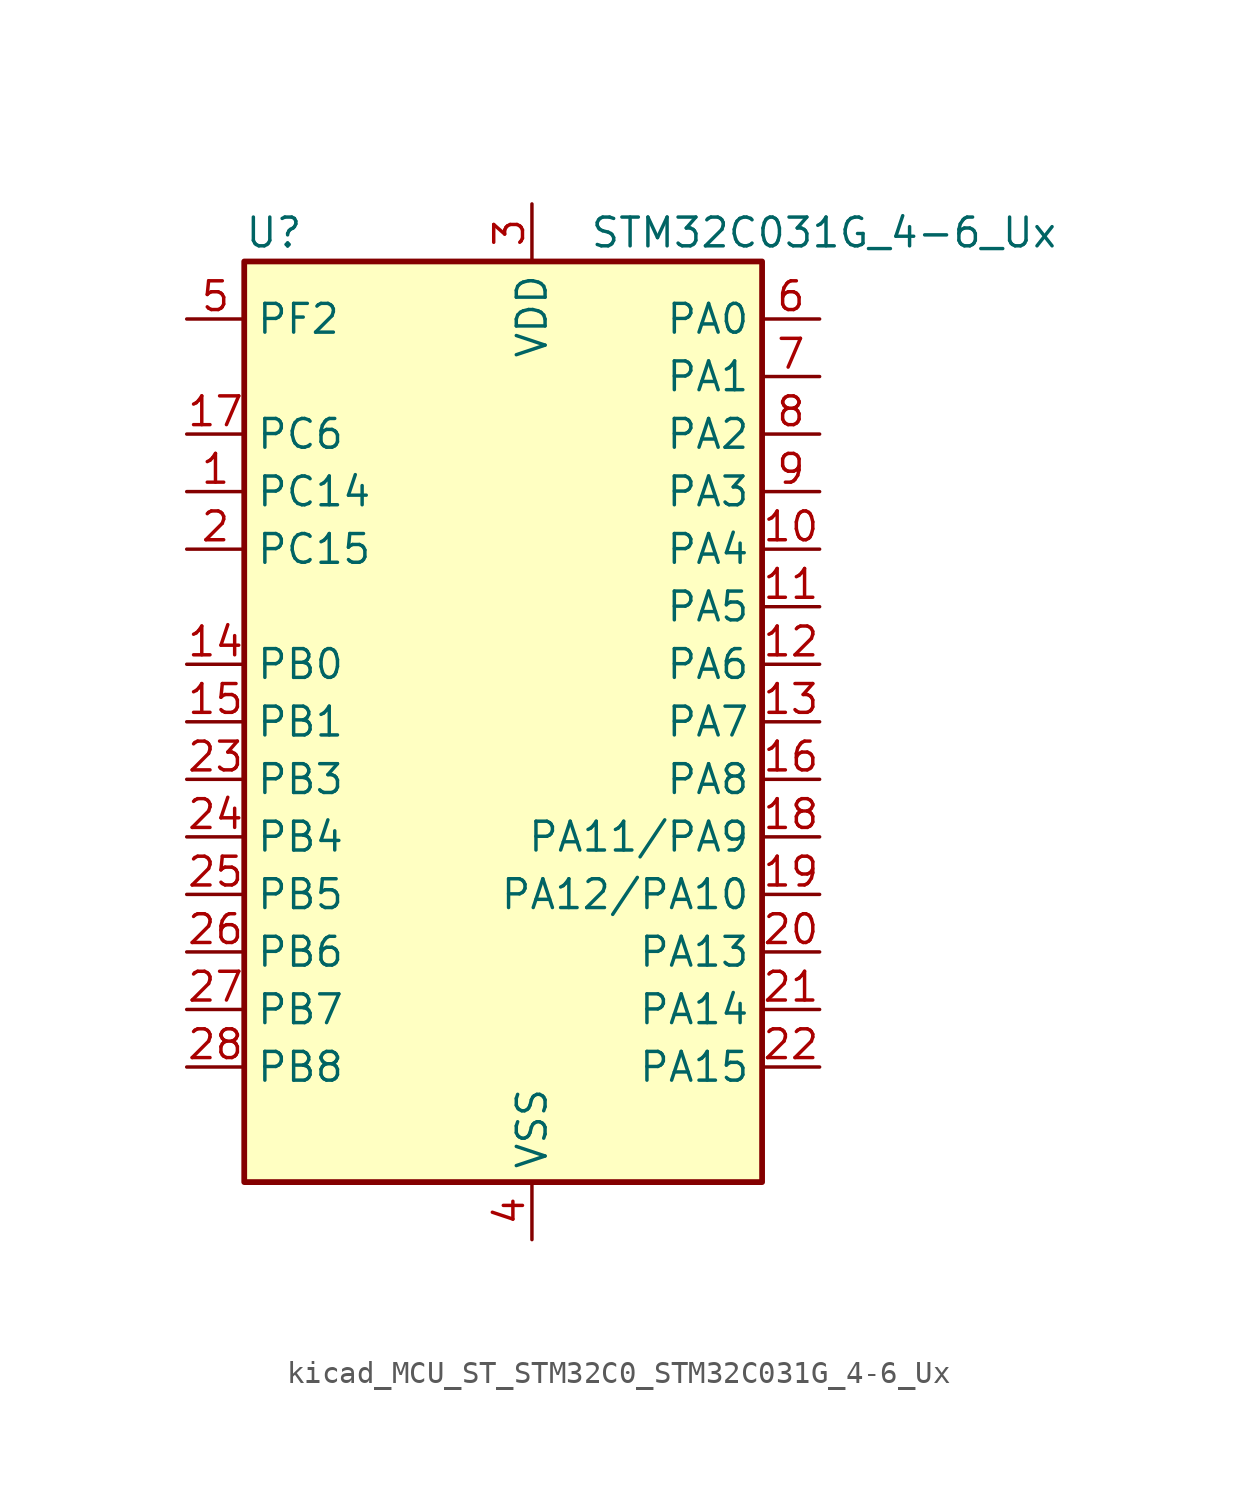
<source format=kicad_sym>
(kicad_symbol_lib
  (version 20220914)
  (generator kicad_symbol_editor)
  (symbol "kicad_MCU_ST_STM32C0_STM32C031G_4-6_Ux"
    (property "Reference" "U"
      (at -10.16 21.59 0)
      (effects (font (size 1.27 1.27)) (justify left)))
    (property "Value" "STM32C031G_4-6_Ux"
      (at 5.08 21.59 0)
      (effects (font (size 1.27 1.27)) (justify left)))
    (property "ki_locked" ""
      (at 0 0 0)
      (effects (font (size 1.27 1.27))))
    (symbol "kicad_MCU_ST_STM32C0_STM32C031G_4-6_Ux_0_1"
      (rectangle (start -10.16 -20.32) (end 12.7 20.32) (stroke (width 0.254) (type default)) (fill (type background))))
    (symbol "kicad_MCU_ST_STM32C0_STM32C031G_4-6_Ux_1_1"
      (pin bidirectional line (at -12.7 10.16 0) (length 2.54) (name "PC14" (effects (font (size 1.27 1.27)))) (number "1" (effects (font (size 1.27 1.27)))) (alternate "I2C1_SDA" bidirectional line) (alternate "IR_OUT" bidirectional line) (alternate "RCC_OSCX_IN" bidirectional line) (alternate "TIM17_CH1" bidirectional line) (alternate "TIM1_BKIN2" bidirectional line) (alternate "TIM1_ETR" bidirectional line) (alternate "TIM3_CH2" bidirectional line) (alternate "USART1_TX" bidirectional line) (alternate "USART2_CK" bidirectional line) (alternate "USART2_DE" bidirectional line) (alternate "USART2_RTS" bidirectional line))
      (pin bidirectional line (at 15.24 7.62 180) (length 2.54) (name "PA4" (effects (font (size 1.27 1.27)))) (number "10" (effects (font (size 1.27 1.27)))) (alternate "ADC1_IN4" bidirectional line) (alternate "I2S1_WS" bidirectional line) (alternate "PWR_WKUP2" bidirectional line) (alternate "RTC_OUT1" bidirectional line) (alternate "RTC_TS" bidirectional line) (alternate "SPI1_NSS" bidirectional line) (alternate "TIM14_CH1" bidirectional line) (alternate "TIM17_CH1N" bidirectional line) (alternate "TIM1_CH2N" bidirectional line) (alternate "USART2_TX" bidirectional line))
      (pin bidirectional line (at 15.24 5.08 180) (length 2.54) (name "PA5" (effects (font (size 1.27 1.27)))) (number "11" (effects (font (size 1.27 1.27)))) (alternate "ADC1_IN5" bidirectional line) (alternate "I2S1_CK" bidirectional line) (alternate "SPI1_SCK" bidirectional line) (alternate "TIM1_CH1" bidirectional line) (alternate "TIM1_CH3N" bidirectional line) (alternate "USART2_RX" bidirectional line))
      (pin bidirectional line (at 15.24 2.54 180) (length 2.54) (name "PA6" (effects (font (size 1.27 1.27)))) (number "12" (effects (font (size 1.27 1.27)))) (alternate "ADC1_IN6" bidirectional line) (alternate "I2S1_MCK" bidirectional line) (alternate "SPI1_MISO" bidirectional line) (alternate "TIM16_CH1" bidirectional line) (alternate "TIM1_BKIN" bidirectional line) (alternate "TIM3_CH1" bidirectional line))
      (pin bidirectional line (at 15.24 0 180) (length 2.54) (name "PA7" (effects (font (size 1.27 1.27)))) (number "13" (effects (font (size 1.27 1.27)))) (alternate "ADC1_IN7" bidirectional line) (alternate "I2S1_SD" bidirectional line) (alternate "SPI1_MOSI" bidirectional line) (alternate "TIM14_CH1" bidirectional line) (alternate "TIM17_CH1" bidirectional line) (alternate "TIM1_CH1N" bidirectional line) (alternate "TIM3_CH2" bidirectional line))
      (pin bidirectional line (at -12.7 2.54 0) (length 2.54) (name "PB0" (effects (font (size 1.27 1.27)))) (number "14" (effects (font (size 1.27 1.27)))) (alternate "ADC1_IN17" bidirectional line) (alternate "I2S1_WS" bidirectional line) (alternate "SPI1_NSS" bidirectional line) (alternate "TIM1_CH2N" bidirectional line) (alternate "TIM3_CH3" bidirectional line))
      (pin bidirectional line (at -12.7 0 0) (length 2.54) (name "PB1" (effects (font (size 1.27 1.27)))) (number "15" (effects (font (size 1.27 1.27)))) (alternate "ADC1_IN18" bidirectional line) (alternate "TIM14_CH1" bidirectional line) (alternate "TIM1_CH2N" bidirectional line) (alternate "TIM1_CH3N" bidirectional line) (alternate "TIM3_CH4" bidirectional line))
      (pin bidirectional line (at 15.24 -2.54 180) (length 2.54) (name "PA8" (effects (font (size 1.27 1.27)))) (number "16" (effects (font (size 1.27 1.27)))) (alternate "ADC1_IN8" bidirectional line) (alternate "I2S1_WS" bidirectional line) (alternate "RCC_MCO" bidirectional line) (alternate "RCC_MCO_2" bidirectional line) (alternate "SPI1_NSS" bidirectional line) (alternate "TIM14_CH1" bidirectional line) (alternate "TIM1_CH1" bidirectional line) (alternate "TIM1_CH2N" bidirectional line) (alternate "TIM1_CH3N" bidirectional line) (alternate "TIM3_CH3" bidirectional line) (alternate "TIM3_CH4" bidirectional line) (alternate "USART1_RX" bidirectional line) (alternate "USART2_TX" bidirectional line))
      (pin bidirectional line (at -12.7 12.7 0) (length 2.54) (name "PC6" (effects (font (size 1.27 1.27)))) (number "17" (effects (font (size 1.27 1.27)))) (alternate "TIM3_CH1" bidirectional line))
      (pin bidirectional line (at 15.24 -5.08 180) (length 2.54) (name "PA11/PA9" (effects (font (size 1.27 1.27)))) (number "18" (effects (font (size 1.27 1.27)))) (alternate "ADC1_EXTI11" bidirectional line) (alternate "ADC1_IN11" bidirectional line) (alternate "I2S1_MCK" bidirectional line) (alternate "SPI1_MISO" bidirectional line) (alternate "TIM1_BKIN2" bidirectional line) (alternate "TIM1_CH4" bidirectional line) (alternate "USART1_CTS" bidirectional line) (alternate "USART1_NSS" bidirectional line))
      (pin bidirectional line (at 15.24 -7.62 180) (length 2.54) (name "PA12/PA10" (effects (font (size 1.27 1.27)))) (number "19" (effects (font (size 1.27 1.27)))) (alternate "ADC1_IN12" bidirectional line) (alternate "I2S1_SD" bidirectional line) (alternate "I2S_CKIN" bidirectional line) (alternate "SPI1_MOSI" bidirectional line) (alternate "TIM1_ETR" bidirectional line) (alternate "USART1_CK" bidirectional line) (alternate "USART1_DE" bidirectional line) (alternate "USART1_RTS" bidirectional line))
      (pin bidirectional line (at -12.7 7.62 0) (length 2.54) (name "PC15" (effects (font (size 1.27 1.27)))) (number "2" (effects (font (size 1.27 1.27)))) (alternate "RCC_OSC32_EN" bidirectional line) (alternate "RCC_OSCX_OUT" bidirectional line) (alternate "RCC_OSC_EN" bidirectional line) (alternate "TIM1_ETR" bidirectional line) (alternate "TIM3_CH3" bidirectional line))
      (pin bidirectional line (at 15.24 -10.16 180) (length 2.54) (name "PA13" (effects (font (size 1.27 1.27)))) (number "20" (effects (font (size 1.27 1.27)))) (alternate "ADC1_IN13" bidirectional line) (alternate "DEBUG_SWDIO" bidirectional line) (alternate "IR_OUT" bidirectional line) (alternate "TIM3_ETR" bidirectional line) (alternate "USART2_RX" bidirectional line))
      (pin bidirectional line (at 15.24 -12.7 180) (length 2.54) (name "PA14" (effects (font (size 1.27 1.27)))) (number "21" (effects (font (size 1.27 1.27)))) (alternate "ADC1_IN14" bidirectional line) (alternate "DEBUG_SWCLK" bidirectional line) (alternate "I2S1_WS" bidirectional line) (alternate "RCC_MCO_2" bidirectional line) (alternate "SPI1_NSS" bidirectional line) (alternate "TIM1_CH1" bidirectional line) (alternate "USART1_CK" bidirectional line) (alternate "USART1_DE" bidirectional line) (alternate "USART1_RTS" bidirectional line) (alternate "USART2_RX" bidirectional line) (alternate "USART2_TX" bidirectional line))
      (pin bidirectional line (at 15.24 -15.24 180) (length 2.54) (name "PA15" (effects (font (size 1.27 1.27)))) (number "22" (effects (font (size 1.27 1.27)))) (alternate "I2S1_WS" bidirectional line) (alternate "RCC_MCO_2" bidirectional line) (alternate "SPI1_NSS" bidirectional line) (alternate "TIM1_CH1" bidirectional line) (alternate "USART1_CK" bidirectional line) (alternate "USART1_DE" bidirectional line) (alternate "USART1_RTS" bidirectional line) (alternate "USART2_RX" bidirectional line))
      (pin bidirectional line (at -12.7 -2.54 0) (length 2.54) (name "PB3" (effects (font (size 1.27 1.27)))) (number "23" (effects (font (size 1.27 1.27)))) (alternate "I2S1_CK" bidirectional line) (alternate "SPI1_SCK" bidirectional line) (alternate "TIM1_CH2" bidirectional line) (alternate "TIM3_CH2" bidirectional line) (alternate "USART1_CK" bidirectional line) (alternate "USART1_DE" bidirectional line) (alternate "USART1_RTS" bidirectional line))
      (pin bidirectional line (at -12.7 -5.08 0) (length 2.54) (name "PB4" (effects (font (size 1.27 1.27)))) (number "24" (effects (font (size 1.27 1.27)))) (alternate "I2S1_MCK" bidirectional line) (alternate "SPI1_MISO" bidirectional line) (alternate "TIM17_BKIN" bidirectional line) (alternate "TIM3_CH1" bidirectional line) (alternate "USART1_CTS" bidirectional line) (alternate "USART1_NSS" bidirectional line))
      (pin bidirectional line (at -12.7 -7.62 0) (length 2.54) (name "PB5" (effects (font (size 1.27 1.27)))) (number "25" (effects (font (size 1.27 1.27)))) (alternate "I2C1_SMBA" bidirectional line) (alternate "I2S1_SD" bidirectional line) (alternate "PWR_WKUP6" bidirectional line) (alternate "SPI1_MOSI" bidirectional line) (alternate "TIM16_BKIN" bidirectional line) (alternate "TIM3_CH2" bidirectional line) (alternate "TIM3_CH3" bidirectional line))
      (pin bidirectional line (at -12.7 -10.16 0) (length 2.54) (name "PB6" (effects (font (size 1.27 1.27)))) (number "26" (effects (font (size 1.27 1.27)))) (alternate "I2C1_SCL" bidirectional line) (alternate "I2C1_SMBA" bidirectional line) (alternate "I2S1_CK" bidirectional line) (alternate "I2S1_MCK" bidirectional line) (alternate "I2S1_SD" bidirectional line) (alternate "PWR_WKUP3" bidirectional line) (alternate "SPI1_MISO" bidirectional line) (alternate "SPI1_MOSI" bidirectional line) (alternate "SPI1_SCK" bidirectional line) (alternate "TIM16_BKIN" bidirectional line) (alternate "TIM16_CH1N" bidirectional line) (alternate "TIM17_BKIN" bidirectional line) (alternate "TIM1_CH2" bidirectional line) (alternate "TIM1_CH3" bidirectional line) (alternate "TIM3_CH1" bidirectional line) (alternate "TIM3_CH2" bidirectional line) (alternate "TIM3_CH3" bidirectional line) (alternate "USART1_CK" bidirectional line) (alternate "USART1_CTS" bidirectional line) (alternate "USART1_DE" bidirectional line) (alternate "USART1_NSS" bidirectional line) (alternate "USART1_RTS" bidirectional line) (alternate "USART1_TX" bidirectional line))
      (pin bidirectional line (at -12.7 -12.7 0) (length 2.54) (name "PB7" (effects (font (size 1.27 1.27)))) (number "27" (effects (font (size 1.27 1.27)))) (alternate "I2C1_SCL" bidirectional line) (alternate "I2C1_SDA" bidirectional line) (alternate "RTC_REFIN" bidirectional line) (alternate "TIM16_CH1" bidirectional line) (alternate "TIM17_CH1N" bidirectional line) (alternate "TIM1_CH4" bidirectional line) (alternate "TIM3_CH1" bidirectional line) (alternate "TIM3_CH4" bidirectional line) (alternate "USART1_RX" bidirectional line) (alternate "USART2_CTS" bidirectional line) (alternate "USART2_NSS" bidirectional line))
      (pin bidirectional line (at -12.7 -15.24 0) (length 2.54) (name "PB8" (effects (font (size 1.27 1.27)))) (number "28" (effects (font (size 1.27 1.27)))) (alternate "I2C1_SCL" bidirectional line) (alternate "TIM16_CH1" bidirectional line) (alternate "TIM3_CH1" bidirectional line) (alternate "USART2_CTS" bidirectional line) (alternate "USART2_NSS" bidirectional line))
      (pin power_in line (at 2.54 22.86 270) (length 2.54) (name "VDD" (effects (font (size 1.27 1.27)))) (number "3" (effects (font (size 1.27 1.27)))))
      (pin power_in line (at 2.54 -22.86 90) (length 2.54) (name "VSS" (effects (font (size 1.27 1.27)))) (number "4" (effects (font (size 1.27 1.27)))))
      (pin bidirectional line (at -12.7 17.78 0) (length 2.54) (name "PF2" (effects (font (size 1.27 1.27)))) (number "5" (effects (font (size 1.27 1.27)))) (alternate "RCC_MCO" bidirectional line) (alternate "TIM1_CH4" bidirectional line))
      (pin bidirectional line (at 15.24 17.78 180) (length 2.54) (name "PA0" (effects (font (size 1.27 1.27)))) (number "6" (effects (font (size 1.27 1.27)))) (alternate "ADC1_IN0" bidirectional line) (alternate "PWR_WKUP1" bidirectional line) (alternate "TIM16_CH1" bidirectional line) (alternate "TIM1_CH1" bidirectional line) (alternate "USART1_TX" bidirectional line) (alternate "USART2_CTS" bidirectional line) (alternate "USART2_NSS" bidirectional line))
      (pin bidirectional line (at 15.24 15.24 180) (length 2.54) (name "PA1" (effects (font (size 1.27 1.27)))) (number "7" (effects (font (size 1.27 1.27)))) (alternate "ADC1_IN1" bidirectional line) (alternate "I2C1_SMBA" bidirectional line) (alternate "I2S1_CK" bidirectional line) (alternate "SPI1_SCK" bidirectional line) (alternate "TIM17_CH1" bidirectional line) (alternate "TIM1_CH2" bidirectional line) (alternate "USART1_RX" bidirectional line) (alternate "USART2_CK" bidirectional line) (alternate "USART2_DE" bidirectional line) (alternate "USART2_RTS" bidirectional line))
      (pin bidirectional line (at 15.24 12.7 180) (length 2.54) (name "PA2" (effects (font (size 1.27 1.27)))) (number "8" (effects (font (size 1.27 1.27)))) (alternate "ADC1_IN2" bidirectional line) (alternate "I2S1_SD" bidirectional line) (alternate "PWR_WKUP4" bidirectional line) (alternate "RCC_LSCO" bidirectional line) (alternate "SPI1_MOSI" bidirectional line) (alternate "TIM16_CH1N" bidirectional line) (alternate "TIM1_CH3" bidirectional line) (alternate "TIM3_ETR" bidirectional line) (alternate "USART2_TX" bidirectional line))
      (pin bidirectional line (at 15.24 10.16 180) (length 2.54) (name "PA3" (effects (font (size 1.27 1.27)))) (number "9" (effects (font (size 1.27 1.27)))) (alternate "ADC1_IN3" bidirectional line) (alternate "TIM1_CH1N" bidirectional line) (alternate "TIM1_CH4" bidirectional line) (alternate "USART2_RX" bidirectional line)))))
</source>
